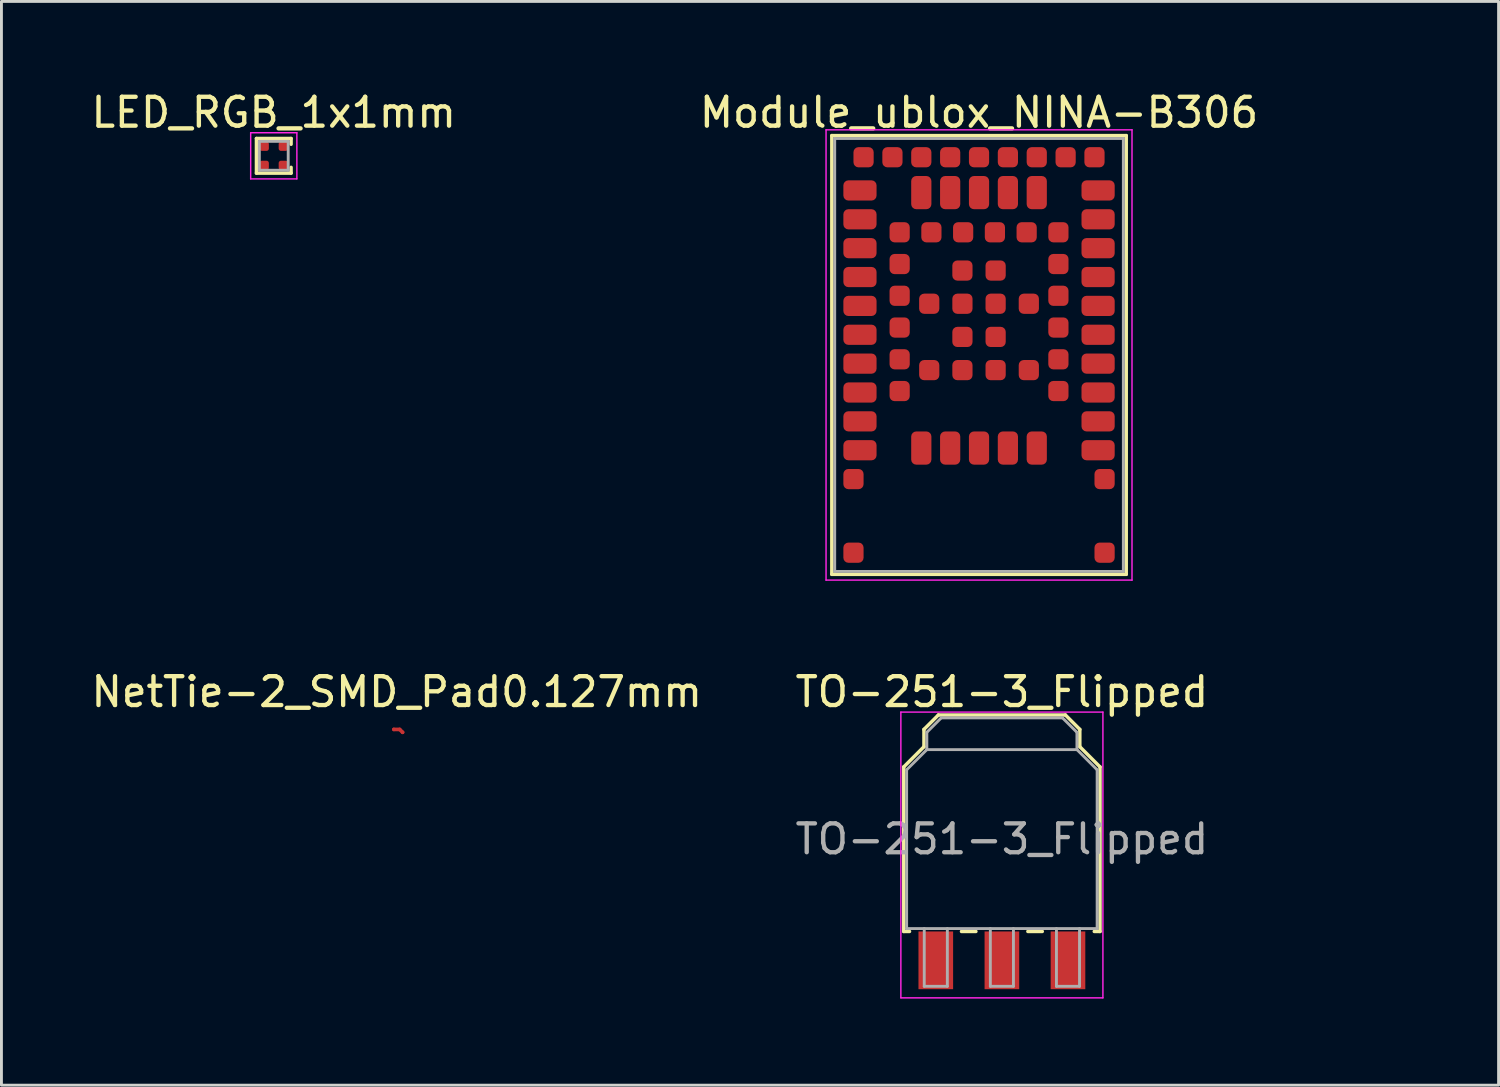
<source format=kicad_pcb>
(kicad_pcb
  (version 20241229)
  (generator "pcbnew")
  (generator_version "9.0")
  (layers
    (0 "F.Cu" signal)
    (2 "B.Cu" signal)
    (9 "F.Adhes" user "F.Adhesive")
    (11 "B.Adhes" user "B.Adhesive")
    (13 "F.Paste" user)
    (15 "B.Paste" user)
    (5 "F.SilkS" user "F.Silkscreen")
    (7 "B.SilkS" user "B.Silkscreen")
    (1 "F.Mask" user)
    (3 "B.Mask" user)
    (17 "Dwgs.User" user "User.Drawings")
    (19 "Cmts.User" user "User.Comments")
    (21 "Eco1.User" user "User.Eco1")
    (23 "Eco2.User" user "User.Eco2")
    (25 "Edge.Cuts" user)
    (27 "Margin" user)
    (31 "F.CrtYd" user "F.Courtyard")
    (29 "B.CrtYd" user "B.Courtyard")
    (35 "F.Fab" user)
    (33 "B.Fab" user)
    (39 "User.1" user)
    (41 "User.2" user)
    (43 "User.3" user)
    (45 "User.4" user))
  (footprint "NetTie-2_SMD_Pad0.127mm"
    (layer "F.Cu")
    (at 10.696 22.221)
    (property "Reference" "NetTie-2_SMD_Pad0.127mm" (at 0 -1.3 0) (layer "F.SilkS") (effects (font (size 1 1) (thickness 0.15))))
    (attr exclude_from_pos_files exclude_from_bom)
    (fp_line (start 0.1 0) (end -0.1 0) (stroke (width 0.127) (type solid)) (layer "F.Cu"))
    (fp_line (start 0.102 0) (end 0.202 0.1) (stroke (width 0.127) (type solid)) (layer "F.Cu"))
    (pad "1" smd circle (at -0.102 0) (size 0.127 0.127) (layers "F.Cu"))
    (pad "2" smd circle (at 0.202 0.1) (size 0.127 0.127) (layers "F.Cu")))
  (footprint "LED_RGB_1x1mm"
    (layer "F.Cu")
    (at 6.435 2.348)
    (property "Reference" "LED_RGB_1x1mm" (at 0 -1.5 0) (layer "F.SilkS") (effects (font (size 1 1) (thickness 0.15))))
    (attr smd)
    (fp_line (start -0.6 -0.6) (end -0.6 0.6) (stroke (width 0.12) (type solid)) (layer "F.SilkS"))
    (fp_line (start -0.6 0.6) (end 0.6 0.6) (stroke (width 0.12) (type solid)) (layer "F.SilkS"))
    (fp_line (start 0.6 -0.6) (end -0.6 -0.6) (stroke (width 0.12) (type solid)) (layer "F.SilkS"))
    (fp_line (start 0.6 -0.4) (end 0.6 -0.6) (stroke (width 0.12) (type solid)) (layer "F.SilkS"))
    (fp_line (start 0.6 0.6) (end 0.6 0.4) (stroke (width 0.12) (type solid)) (layer "F.SilkS"))
    (fp_line (start -0.8 -0.8) (end -0.8 0.8) (stroke (width 0.05) (type solid)) (layer "F.CrtYd"))
    (fp_line (start -0.8 0.8) (end 0.8 0.8) (stroke (width 0.05) (type solid)) (layer "F.CrtYd"))
    (fp_line (start 0.8 -0.8) (end -0.8 -0.8) (stroke (width 0.05) (type solid)) (layer "F.CrtYd"))
    (fp_line (start 0.8 0.8) (end 0.8 -0.8) (stroke (width 0.05) (type solid)) (layer "F.CrtYd"))
    (fp_line (start -0.5 -0.5) (end 0.5 -0.5) (stroke (width 0.1) (type solid)) (layer "F.Fab"))
    (fp_line (start -0.5 0.5) (end -0.5 -0.5) (stroke (width 0.1) (type solid)) (layer "F.Fab"))
    (fp_line (start 0.5 -0.5) (end 0.5 0.5) (stroke (width 0.1) (type solid)) (layer "F.Fab"))
    (fp_line (start 0.5 0.5) (end -0.5 0.5) (stroke (width 0.1) (type solid)) (layer "F.Fab"))
    (pad "1" smd roundrect (at -0.33 -0.33) (size 0.32 0.32) (layers "F.Cu" "F.Mask" "F.Paste") (roundrect_rratio 0.25))
    (pad "2" smd roundrect (at -0.33 0.33) (size 0.32 0.32) (layers "F.Cu" "F.Mask" "F.Paste") (roundrect_rratio 0.25))
    (pad "3" smd roundrect (at 0.33 0.33) (size 0.32 0.32) (layers "F.Cu" "F.Mask" "F.Paste") (roundrect_rratio 0.25))
    (pad "4" smd roundrect (at 0.33 -0.33) (size 0.32 0.32) (layers "F.Cu" "F.Mask" "F.Paste") (roundrect_rratio 0.25)))
  (footprint "TO-251-3_Flipped"
    (layer "F.Cu")
    (at 31.661 26.021)
    (property "Reference" "TO-251-3_Flipped" (at 0 -5.1 0) (layer "F.SilkS") (effects (font (size 1 1) (thickness 0.15))))
    (attr smd)
    (fp_line (start -3.4 -2.5) (end -2.7 -3.2) (stroke (width 0.12) (type solid)) (layer "F.SilkS"))
    (fp_line (start -3.4 3.2) (end -3.4 -2.5) (stroke (width 0.12) (type solid)) (layer "F.SilkS"))
    (fp_line (start -3.2 3.2) (end -3.4 3.2) (stroke (width 0.12) (type solid)) (layer "F.SilkS"))
    (fp_line (start -2.7 -3.8) (end -2.2 -4.3) (stroke (width 0.12) (type solid)) (layer "F.SilkS"))
    (fp_line (start -2.7 -3.2) (end -2.7 -3.8) (stroke (width 0.12) (type solid)) (layer "F.SilkS"))
    (fp_line (start -2.2 -4.3) (end 2.2 -4.3) (stroke (width 0.12) (type solid)) (layer "F.SilkS"))
    (fp_line (start -1.4 3.2) (end -0.9 3.2) (stroke (width 0.12) (type solid)) (layer "F.SilkS"))
    (fp_line (start 0.9 3.2) (end 1.4 3.2) (stroke (width 0.12) (type solid)) (layer "F.SilkS"))
    (fp_line (start 2.2 -4.3) (end 2.7 -3.8) (stroke (width 0.12) (type solid)) (layer "F.SilkS"))
    (fp_line (start 2.7 -3.8) (end 2.7 -3.2) (stroke (width 0.12) (type solid)) (layer "F.SilkS"))
    (fp_line (start 2.7 -3.2) (end 3.4 -2.5) (stroke (width 0.12) (type solid)) (layer "F.SilkS"))
    (fp_line (start 3.4 -2.5) (end 3.4 3.2) (stroke (width 0.12) (type solid)) (layer "F.SilkS"))
    (fp_line (start 3.4 3.2) (end 3.2 3.2) (stroke (width 0.12) (type solid)) (layer "F.SilkS"))
    (fp_line (start -3.5 -4.4) (end -3.5 5.5) (stroke (width 0.05) (type solid)) (layer "F.CrtYd"))
    (fp_line (start -3.5 5.5) (end 3.5 5.5) (stroke (width 0.05) (type solid)) (layer "F.CrtYd"))
    (fp_line (start 3.5 -4.4) (end -3.5 -4.4) (stroke (width 0.05) (type solid)) (layer "F.CrtYd"))
    (fp_line (start 3.5 5.5) (end 3.5 -4.4) (stroke (width 0.05) (type solid)) (layer "F.CrtYd"))
    (fp_line (start -3.3 -2.4) (end -2.6 -3.1) (stroke (width 0.1) (type solid)) (layer "F.Fab"))
    (fp_line (start -3.3 3.1) (end -3.3 -2.4) (stroke (width 0.1) (type solid)) (layer "F.Fab"))
    (fp_line (start -2.69 3.1) (end -2.69 5.1) (stroke (width 0.1) (type solid)) (layer "F.Fab"))
    (fp_line (start -2.69 5.1) (end -1.89 5.1) (stroke (width 0.1) (type solid)) (layer "F.Fab"))
    (fp_line (start -2.6 -3.7) (end -2.6 -3.1) (stroke (width 0.1) (type solid)) (layer "F.Fab"))
    (fp_line (start -2.6 -3.7) (end -2.1 -4.2) (stroke (width 0.1) (type solid)) (layer "F.Fab"))
    (fp_line (start -2.6 -3.1) (end 2.6 -3.1) (stroke (width 0.1) (type solid)) (layer "F.Fab"))
    (fp_line (start -2.1 -4.2) (end 2.1 -4.2) (stroke (width 0.1) (type solid)) (layer "F.Fab"))
    (fp_line (start -1.89 5.1) (end -1.89 3.1) (stroke (width 0.1) (type solid)) (layer "F.Fab"))
    (fp_line (start -0.4 3.1) (end -0.4 5.1) (stroke (width 0.1) (type solid)) (layer "F.Fab"))
    (fp_line (start -0.4 5.1) (end 0.4 5.1) (stroke (width 0.1) (type solid)) (layer "F.Fab"))
    (fp_line (start 0.4 5.1) (end 0.4 3.1) (stroke (width 0.1) (type solid)) (layer "F.Fab"))
    (fp_line (start 1.89 3.1) (end 1.89 5.1) (stroke (width 0.1) (type solid)) (layer "F.Fab"))
    (fp_line (start 1.89 5.1) (end 2.69 5.1) (stroke (width 0.1) (type solid)) (layer "F.Fab"))
    (fp_line (start 2.1 -4.2) (end 2.6 -3.7) (stroke (width 0.1) (type solid)) (layer "F.Fab"))
    (fp_line (start 2.6 -3.1) (end 2.6 -3.7) (stroke (width 0.1) (type solid)) (layer "F.Fab"))
    (fp_line (start 2.69 5.1) (end 2.69 3.1) (stroke (width 0.1) (type solid)) (layer "F.Fab"))
    (fp_line (start 3.3 -2.4) (end 2.6 -3.1) (stroke (width 0.1) (type solid)) (layer "F.Fab"))
    (fp_line (start 3.3 -2.4) (end 3.3 3.1) (stroke (width 0.1) (type solid)) (layer "F.Fab"))
    (fp_line (start 3.3 3.1) (end -3.3 3.1) (stroke (width 0.1) (type solid)) (layer "F.Fab"))
    (fp_text user "${REFERENCE}" (at 0 0 0) (layer "F.Fab") (effects (font (size 1 1) (thickness 0.15))))
    (pad "1" smd rect (at 2.29 4.2 270) (size 2 1.2) (layers "F.Cu" "F.Mask"))
    (pad "2" smd rect (at 0 4.2 270) (size 2 1.2) (layers "F.Cu" "F.Mask"))
    (pad "3" smd rect (at -2.29 4.2 270) (size 2 1.2) (layers "F.Cu" "F.Mask")))
  (footprint "Module_ublox_NINA-B306"
    (layer "F.Cu")
    (at 30.869 9.248)
    (property "Reference" "Module_ublox_NINA-B306" (at 0 -8.4 0) (layer "F.SilkS") (effects (font (size 1 1) (thickness 0.15))))
    (attr smd)
    (fp_line (start -5.1 -7.6) (end 5.1 -7.6) (stroke (width 0.12) (type solid)) (layer "F.SilkS"))
    (fp_line (start -5.1 7.6) (end -5.1 -7.6) (stroke (width 0.12) (type solid)) (layer "F.SilkS"))
    (fp_line (start 5.1 -7.6) (end 5.1 7.6) (stroke (width 0.12) (type solid)) (layer "F.SilkS"))
    (fp_line (start 5.1 7.6) (end -5.1 7.6) (stroke (width 0.12) (type solid)) (layer "F.SilkS"))
    (fp_line (start -5.3 -7.8) (end -5.3 7.8) (stroke (width 0.05) (type solid)) (layer "F.CrtYd"))
    (fp_line (start -5.3 7.8) (end 5.3 7.8) (stroke (width 0.05) (type solid)) (layer "F.CrtYd"))
    (fp_line (start 5.3 -7.8) (end -5.3 -7.8) (stroke (width 0.05) (type solid)) (layer "F.CrtYd"))
    (fp_line (start 5.3 7.8) (end 5.3 -7.8) (stroke (width 0.05) (type solid)) (layer "F.CrtYd"))
    (fp_line (start -5 -7.5) (end 5 -7.5) (stroke (width 0.1) (type solid)) (layer "F.Fab"))
    (fp_line (start -5 7.5) (end -5 -7.5) (stroke (width 0.1) (type solid)) (layer "F.Fab"))
    (fp_line (start 5 -7.5) (end 5 7.5) (stroke (width 0.1) (type solid)) (layer "F.Fab"))
    (fp_line (start 5 7.5) (end -5 7.5) (stroke (width 0.1) (type solid)) (layer "F.Fab"))
    (pad "1" smd roundrect (at -4.125 -5.7) (size 1.15 0.7) (layers "F.Cu" "F.Mask" "F.Paste") (roundrect_rratio 0.25))
    (pad "2" smd roundrect (at -4.125 -4.7) (size 1.15 0.7) (layers "F.Cu" "F.Mask" "F.Paste") (roundrect_rratio 0.25))
    (pad "3" smd roundrect (at -4.125 -3.7) (size 1.15 0.7) (layers "F.Cu" "F.Mask" "F.Paste") (roundrect_rratio 0.25))
    (pad "4" smd roundrect (at -4.125 -2.7) (size 1.15 0.7) (layers "F.Cu" "F.Mask" "F.Paste") (roundrect_rratio 0.25))
    (pad "5" smd roundrect (at -4.125 -1.7) (size 1.15 0.7) (layers "F.Cu" "F.Mask" "F.Paste") (roundrect_rratio 0.25))
    (pad "6" smd roundrect (at -4.125 -0.7) (size 1.15 0.7) (layers "F.Cu" "F.Mask" "F.Paste") (roundrect_rratio 0.25))
    (pad "7" smd roundrect (at -4.125 0.3) (size 1.15 0.7) (layers "F.Cu" "F.Mask" "F.Paste") (roundrect_rratio 0.25))
    (pad "8" smd roundrect (at -4.125 1.3) (size 1.15 0.7) (layers "F.Cu" "F.Mask" "F.Paste") (roundrect_rratio 0.25))
    (pad "9" smd roundrect (at -4.125 2.3) (size 1.15 0.7) (layers "F.Cu" "F.Mask" "F.Paste") (roundrect_rratio 0.25))
    (pad "10" smd roundrect (at -4.125 3.3) (size 1.15 0.7) (layers "F.Cu" "F.Mask" "F.Paste") (roundrect_rratio 0.25))
    (pad "11" smd roundrect (at -2 3.225 90) (size 1.15 0.7) (layers "F.Cu" "F.Mask" "F.Paste") (roundrect_rratio 0.25))
    (pad "12" smd roundrect (at -1 3.225 90) (size 1.15 0.7) (layers "F.Cu" "F.Mask" "F.Paste") (roundrect_rratio 0.25))
    (pad "13" smd roundrect (at 0 3.225 90) (size 1.15 0.7) (layers "F.Cu" "F.Mask" "F.Paste") (roundrect_rratio 0.25))
    (pad "14" smd roundrect (at 1 3.225 90) (size 1.15 0.7) (layers "F.Cu" "F.Mask" "F.Paste") (roundrect_rratio 0.25))
    (pad "15" smd roundrect (at 2 3.225 90) (size 1.15 0.7) (layers "F.Cu" "F.Mask" "F.Paste") (roundrect_rratio 0.25))
    (pad "16" smd roundrect (at 4.125 3.3) (size 1.15 0.7) (layers "F.Cu" "F.Mask" "F.Paste") (roundrect_rratio 0.25))
    (pad "17" smd roundrect (at 4.125 2.3) (size 1.15 0.7) (layers "F.Cu" "F.Mask" "F.Paste") (roundrect_rratio 0.25))
    (pad "18" smd roundrect (at 4.125 1.3) (size 1.15 0.7) (layers "F.Cu" "F.Mask" "F.Paste") (roundrect_rratio 0.25))
    (pad "19" smd roundrect (at 4.125 0.3) (size 1.15 0.7) (layers "F.Cu" "F.Mask" "F.Paste") (roundrect_rratio 0.25))
    (pad "20" smd roundrect (at 4.125 -0.7) (size 1.15 0.7) (layers "F.Cu" "F.Mask" "F.Paste") (roundrect_rratio 0.25))
    (pad "21" smd roundrect (at 4.125 -1.7) (size 1.15 0.7) (layers "F.Cu" "F.Mask" "F.Paste") (roundrect_rratio 0.25))
    (pad "22" smd roundrect (at 4.125 -2.7) (size 1.15 0.7) (layers "F.Cu" "F.Mask" "F.Paste") (roundrect_rratio 0.25))
    (pad "23" smd roundrect (at 4.125 -3.7) (size 1.15 0.7) (layers "F.Cu" "F.Mask" "F.Paste") (roundrect_rratio 0.25))
    (pad "24" smd roundrect (at 4.125 -4.7) (size 1.15 0.7) (layers "F.Cu" "F.Mask" "F.Paste") (roundrect_rratio 0.25))
    (pad "25" smd roundrect (at 4.125 -5.7) (size 1.15 0.7) (layers "F.Cu" "F.Mask" "F.Paste") (roundrect_rratio 0.25))
    (pad "26" smd roundrect (at 2 -5.625 90) (size 1.15 0.7) (layers "F.Cu" "F.Mask" "F.Paste") (roundrect_rratio 0.25))
    (pad "27" smd roundrect (at 1 -5.625 90) (size 1.15 0.7) (layers "F.Cu" "F.Mask" "F.Paste") (roundrect_rratio 0.25))
    (pad "28" smd roundrect (at 0 -5.625 90) (size 1.15 0.7) (layers "F.Cu" "F.Mask" "F.Paste") (roundrect_rratio 0.25))
    (pad "29" smd roundrect (at -1 -5.625 90) (size 1.15 0.7) (layers "F.Cu" "F.Mask" "F.Paste") (roundrect_rratio 0.25))
    (pad "30" smd roundrect (at -2 -5.625 90) (size 1.15 0.7) (layers "F.Cu" "F.Mask" "F.Paste") (roundrect_rratio 0.25))
    (pad "31" smd roundrect (at -2.75 -4.25) (size 0.7 0.7) (layers "F.Cu" "F.Mask" "F.Paste") (roundrect_rratio 0.25))
    (pad "32" smd roundrect (at -2.75 -3.15) (size 0.7 0.7) (layers "F.Cu" "F.Mask" "F.Paste") (roundrect_rratio 0.25))
    (pad "33" smd roundrect (at -2.75 -2.05) (size 0.7 0.7) (layers "F.Cu" "F.Mask" "F.Paste") (roundrect_rratio 0.25))
    (pad "34" smd roundrect (at -2.75 -0.95) (size 0.7 0.7) (layers "F.Cu" "F.Mask" "F.Paste") (roundrect_rratio 0.25))
    (pad "35" smd roundrect (at -2.75 0.15) (size 0.7 0.7) (layers "F.Cu" "F.Mask" "F.Paste") (roundrect_rratio 0.25))
    (pad "36" smd roundrect (at -2.75 1.25) (size 0.7 0.7) (layers "F.Cu" "F.Mask" "F.Paste") (roundrect_rratio 0.25))
    (pad "37" smd roundrect (at 2.75 1.25) (size 0.7 0.7) (layers "F.Cu" "F.Mask" "F.Paste") (roundrect_rratio 0.25))
    (pad "38" smd roundrect (at 2.75 0.15) (size 0.7 0.7) (layers "F.Cu" "F.Mask" "F.Paste") (roundrect_rratio 0.25))
    (pad "39" smd roundrect (at 2.75 -0.95) (size 0.7 0.7) (layers "F.Cu" "F.Mask" "F.Paste") (roundrect_rratio 0.25))
    (pad "40" smd roundrect (at 2.75 -2.05) (size 0.7 0.7) (layers "F.Cu" "F.Mask" "F.Paste") (roundrect_rratio 0.25))
    (pad "41" smd roundrect (at 2.75 -3.15) (size 0.7 0.7) (layers "F.Cu" "F.Mask" "F.Paste") (roundrect_rratio 0.25))
    (pad "42" smd roundrect (at 2.75 -4.25) (size 0.7 0.7) (layers "F.Cu" "F.Mask" "F.Paste") (roundrect_rratio 0.25))
    (pad "43" smd roundrect (at 1.65 -4.25) (size 0.7 0.7) (layers "F.Cu" "F.Mask" "F.Paste") (roundrect_rratio 0.25))
    (pad "44" smd roundrect (at 0.55 -4.25) (size 0.7 0.7) (layers "F.Cu" "F.Mask" "F.Paste") (roundrect_rratio 0.25))
    (pad "45" smd roundrect (at -0.55 -4.25) (size 0.7 0.7) (layers "F.Cu" "F.Mask" "F.Paste") (roundrect_rratio 0.25))
    (pad "46" smd roundrect (at -1.65 -4.25) (size 0.7 0.7) (layers "F.Cu" "F.Mask" "F.Paste") (roundrect_rratio 0.25))
    (pad "47" smd roundrect (at 4 -6.85) (size 0.7 0.7) (layers "F.Cu" "F.Mask" "F.Paste") (roundrect_rratio 0.25))
    (pad "48" smd roundrect (at 3 -6.85) (size 0.7 0.7) (layers "F.Cu" "F.Mask" "F.Paste") (roundrect_rratio 0.25))
    (pad "49" smd roundrect (at 2 -6.85) (size 0.7 0.7) (layers "F.Cu" "F.Mask" "F.Paste") (roundrect_rratio 0.25))
    (pad "50" smd roundrect (at 1 -6.85) (size 0.7 0.7) (layers "F.Cu" "F.Mask" "F.Paste") (roundrect_rratio 0.25))
    (pad "51" smd roundrect (at 0 -6.85) (size 0.7 0.7) (layers "F.Cu" "F.Mask" "F.Paste") (roundrect_rratio 0.25))
    (pad "52" smd roundrect (at -1 -6.85) (size 0.7 0.7) (layers "F.Cu" "F.Mask" "F.Paste") (roundrect_rratio 0.25))
    (pad "53" smd roundrect (at -2 -6.85) (size 0.7 0.7) (layers "F.Cu" "F.Mask" "F.Paste") (roundrect_rratio 0.25))
    (pad "54" smd roundrect (at -3 -6.85) (size 0.7 0.7) (layers "F.Cu" "F.Mask" "F.Paste") (roundrect_rratio 0.25))
    (pad "55" smd roundrect (at -4 -6.85) (size 0.7 0.7) (layers "F.Cu" "F.Mask" "F.Paste") (roundrect_rratio 0.25))
    (pad "EAGP" smd roundrect (at -4.35 4.3) (size 0.7 0.7) (layers "F.Cu" "F.Mask" "F.Paste") (roundrect_rratio 0.25))
    (pad "EAGP" smd roundrect (at -4.35 6.85) (size 0.7 0.7) (layers "F.Cu" "F.Mask" "F.Paste") (roundrect_rratio 0.25))
    (pad "EAGP" smd roundrect (at 4.35 4.3) (size 0.7 0.7) (layers "F.Cu" "F.Mask" "F.Paste") (roundrect_rratio 0.25))
    (pad "EAGP" smd roundrect (at 4.35 6.85) (size 0.7 0.7) (layers "F.Cu" "F.Mask" "F.Paste") (roundrect_rratio 0.25))
    (pad "EGP" smd roundrect (at -1.725 -1.775) (size 0.7 0.7) (layers "F.Cu" "F.Mask" "F.Paste") (roundrect_rratio 0.25))
    (pad "EGP" smd roundrect (at -1.725 0.525) (size 0.7 0.7) (layers "F.Cu" "F.Mask" "F.Paste") (roundrect_rratio 0.25))
    (pad "EGP" smd roundrect (at -0.575 -2.925) (size 0.7 0.7) (layers "F.Cu" "F.Mask" "F.Paste") (roundrect_rratio 0.25))
    (pad "EGP" smd roundrect (at -0.575 -1.775) (size 0.7 0.7) (layers "F.Cu" "F.Mask" "F.Paste") (roundrect_rratio 0.25))
    (pad "EGP" smd roundrect (at -0.575 -0.625) (size 0.7 0.7) (layers "F.Cu" "F.Mask" "F.Paste") (roundrect_rratio 0.25))
    (pad "EGP" smd roundrect (at -0.575 0.525) (size 0.7 0.7) (layers "F.Cu" "F.Mask" "F.Paste") (roundrect_rratio 0.25))
    (pad "EGP" smd roundrect (at 0.575 -2.925) (size 0.7 0.7) (layers "F.Cu" "F.Mask" "F.Paste") (roundrect_rratio 0.25))
    (pad "EGP" smd roundrect (at 0.575 -1.775) (size 0.7 0.7) (layers "F.Cu" "F.Mask" "F.Paste") (roundrect_rratio 0.25))
    (pad "EGP" smd roundrect (at 0.575 -0.625) (size 0.7 0.7) (layers "F.Cu" "F.Mask" "F.Paste") (roundrect_rratio 0.25))
    (pad "EGP" smd roundrect (at 0.575 0.525) (size 0.7 0.7) (layers "F.Cu" "F.Mask" "F.Paste") (roundrect_rratio 0.25))
    (pad "EGP" smd roundrect (at 1.725 -1.775) (size 0.7 0.7) (layers "F.Cu" "F.Mask" "F.Paste") (roundrect_rratio 0.25))
    (pad "EGP" smd roundrect (at 1.725 0.525) (size 0.7 0.7) (layers "F.Cu" "F.Mask" "F.Paste") (roundrect_rratio 0.25))
    (zone (net_name "") (layers "F.Cu" "B.Cu" "F.Fab") (name "Antenna Clearance") (hatch edge 0.508) (connect_pads) (min_thickness 0.254) (filled_areas_thickness no) (keepout (tracks not_allowed) (vias not_allowed) (pads not_allowed) (copperpour allowed) (footprints allowed)) (placement (enabled no)) (fill) (polygon (pts (xy 25.869 16.748) (xy 15.869 16.748) (xy 15.869 13.348) (xy 25.869 13.348))))
    (zone (net_name "") (layers "F.Cu" "B.Cu" "F.Fab") (name "Antenna Ground Cutout") (hatch edge 0.508) (connect_pads) (min_thickness 0.254) (filled_areas_thickness no) (keepout (tracks not_allowed) (vias not_allowed) (pads not_allowed) (copperpour not_allowed) (footprints not_allowed)) (placement (enabled no)) (fill) (polygon (pts (xy 34.869 16.748) (xy 26.869 16.748) (xy 26.869 13.348) (xy 34.869 13.348))))
    (zone (net_name "") (layers "F.Cu" "B.Cu" "F.Fab") (name "Antenna Clearance") (hatch edge 0.508) (connect_pads) (min_thickness 0.254) (filled_areas_thickness no) (keepout (tracks not_allowed) (vias not_allowed) (pads not_allowed) (copperpour allowed) (footprints allowed)) (placement (enabled no)) (fill) (polygon (pts (xy 45.869 16.748) (xy 35.869 16.748) (xy 35.869 13.348) (xy 45.869 13.348)))))
  (gr_rect
    (start -3 -3)
    (end 48.869 34.547)
    (stroke (width 0.1) (type default))
    (fill no)
    (layer "Edge.Cuts")))
</source>
